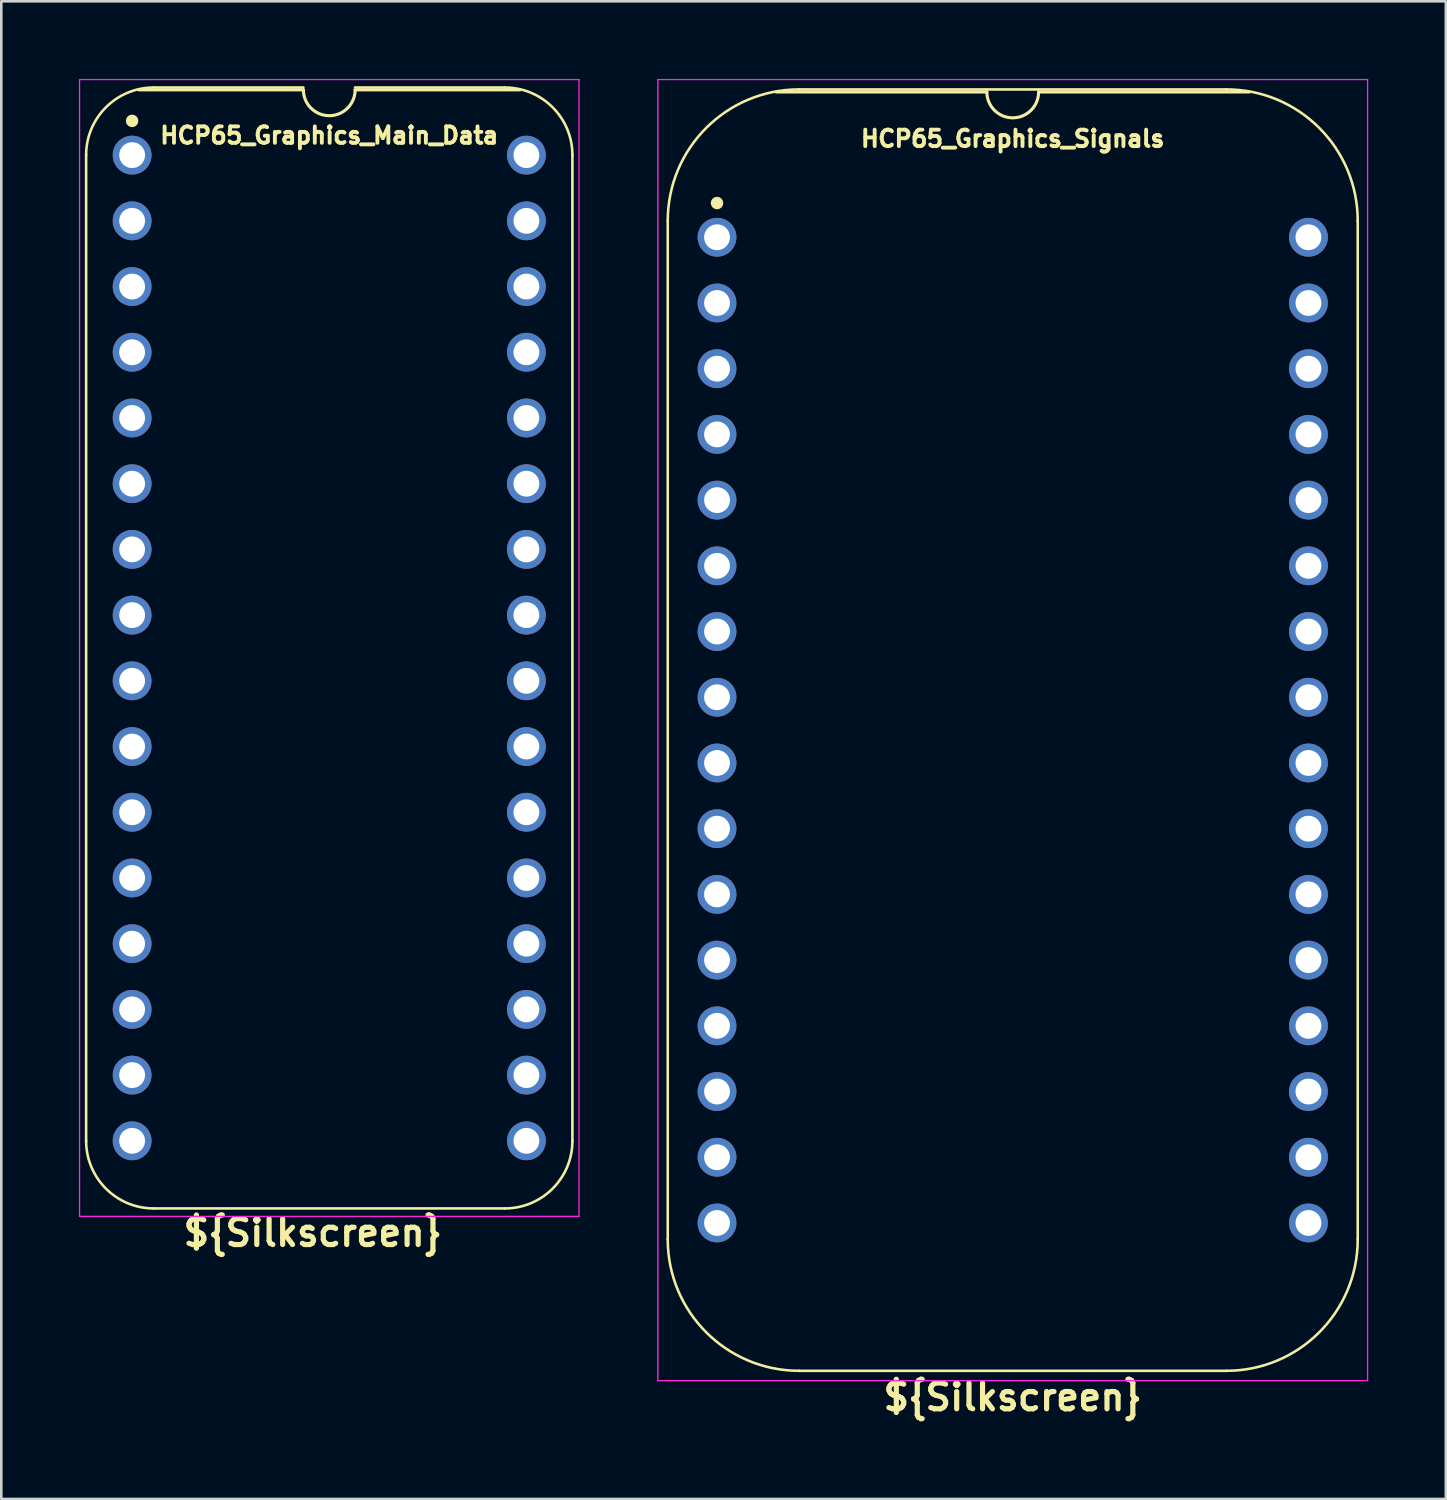
<source format=kicad_pcb>
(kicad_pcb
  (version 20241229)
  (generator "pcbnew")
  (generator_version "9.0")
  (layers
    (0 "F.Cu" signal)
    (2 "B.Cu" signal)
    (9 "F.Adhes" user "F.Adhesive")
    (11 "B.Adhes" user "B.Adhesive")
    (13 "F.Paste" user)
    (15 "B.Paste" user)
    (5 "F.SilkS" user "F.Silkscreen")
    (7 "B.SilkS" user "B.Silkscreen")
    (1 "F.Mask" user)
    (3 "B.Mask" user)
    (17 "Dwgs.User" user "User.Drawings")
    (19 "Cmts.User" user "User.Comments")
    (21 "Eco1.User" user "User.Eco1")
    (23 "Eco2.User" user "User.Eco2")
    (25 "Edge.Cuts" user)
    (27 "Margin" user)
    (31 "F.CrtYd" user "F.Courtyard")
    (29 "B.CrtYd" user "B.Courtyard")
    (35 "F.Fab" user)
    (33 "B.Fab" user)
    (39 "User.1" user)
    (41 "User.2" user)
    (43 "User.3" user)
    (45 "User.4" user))
  (footprint "HCP65_Graphics_Main_Data"
    (layer "F.Cu")
    (at 2.057 2.946)
    (property "Reference" "HCP65_Graphics_Main_Data" (at 7.62 -0.762 0) (layer "F.SilkS") (effects (font (size 0.635 0.635) (thickness 0.15))))
    (property "Silkscreen" "${Silkscreen}" (at 6.985 41.656 0) (layer "F.SilkS") (effects (font (size 1 1) (thickness 0.2))))
    (attr through_hole)
    (fp_line (start -1.778 38.1) (end -1.778 0) (stroke (width 0.1) (type solid)) (layer "F.SilkS"))
    (fp_line (start 0.836 -2.614) (end 6.62 -2.614) (stroke (width 0.1) (type solid)) (layer "F.SilkS"))
    (fp_line (start 6.62 -2.524) (end 0.254 -2.524) (stroke (width 0.12) (type solid)) (layer "F.SilkS"))
    (fp_line (start 8.616 -2.614) (end 14.404 -2.614) (stroke (width 0.1) (type solid)) (layer "F.SilkS"))
    (fp_line (start 14.404 40.714) (end 0.836 40.714) (stroke (width 0.1) (type solid)) (layer "F.SilkS"))
    (fp_line (start 14.986 -2.524) (end 8.62 -2.524) (stroke (width 0.12) (type solid)) (layer "F.SilkS"))
    (fp_line (start 17.018 38.1) (end 17.018 -0.000001) (stroke (width 0.1) (type solid)) (layer "F.SilkS"))
    (fp_arc (start -1.778 0) (mid -1.012456 -1.848188) (end 0.835732 -2.613732) (stroke (width 0.1) (type solid)) (layer "F.SilkS"))
    (fp_arc (start 0.835733 40.713733) (mid -1.012456 39.948189) (end -1.778 38.1) (stroke (width 0.1) (type solid)) (layer "F.SilkS"))
    (fp_arc (start 8.62 -2.524) (mid 7.62 -1.524) (end 6.62 -2.524) (stroke (width 0.12) (type solid)) (layer "F.SilkS"))
    (fp_arc (start 14.404267 -2.613733) (mid 16.252455 -1.848189) (end 17.017999 -0.000001) (stroke (width 0.1) (type solid)) (layer "F.SilkS"))
    (fp_arc (start 17.018 38.1) (mid 16.252455 39.948187) (end 14.404268 40.713732) (stroke (width 0.1) (type solid)) (layer "F.SilkS"))
    (fp_circle (center 0 -1.323) (end 0.18 -1.323) (stroke (width 0.12) (type solid)) (fill yes) (layer "F.SilkS"))
    (fp_line (start -2.032 -2.921) (end -2.032 41.021) (stroke (width 0.05) (type solid)) (layer "F.CrtYd"))
    (fp_line (start -2.032 -2.921) (end 17.272 -2.921) (stroke (width 0.05) (type solid)) (layer "F.CrtYd"))
    (fp_line (start -2.032 41.021) (end 17.272 41.021) (stroke (width 0.05) (type solid)) (layer "F.CrtYd"))
    (fp_line (start 17.272 -2.921) (end 17.272 41.021) (stroke (width 0.05) (type solid)) (layer "F.CrtYd"))
    (pad "1" thru_hole circle (at 0 0) (size 1.5 1.5) (drill 1) (layers "*.Cu" "*.Mask"))
    (pad "2" thru_hole circle (at 0 2.54) (size 1.5 1.5) (drill 1) (layers "*.Cu" "*.Mask"))
    (pad "3" thru_hole circle (at 0 5.08) (size 1.5 1.5) (drill 1) (layers "*.Cu" "*.Mask"))
    (pad "4" thru_hole circle (at 0 7.62) (size 1.5 1.5) (drill 1) (layers "*.Cu" "*.Mask"))
    (pad "5" thru_hole circle (at 0 10.16) (size 1.5 1.5) (drill 1) (layers "*.Cu" "*.Mask"))
    (pad "6" thru_hole circle (at 0 12.7) (size 1.5 1.5) (drill 1) (layers "*.Cu" "*.Mask"))
    (pad "7" thru_hole circle (at 0 15.24) (size 1.5 1.5) (drill 1) (layers "*.Cu" "*.Mask"))
    (pad "8" thru_hole circle (at 0 17.78) (size 1.5 1.5) (drill 1) (layers "*.Cu" "*.Mask"))
    (pad "9" thru_hole circle (at 0 20.32) (size 1.5 1.5) (drill 1) (layers "*.Cu" "*.Mask"))
    (pad "10" thru_hole circle (at 0 22.86) (size 1.5 1.5) (drill 1) (layers "*.Cu" "*.Mask"))
    (pad "11" thru_hole circle (at 0 25.4) (size 1.5 1.5) (drill 1) (layers "*.Cu" "*.Mask"))
    (pad "12" thru_hole circle (at 0 27.94) (size 1.5 1.5) (drill 1) (layers "*.Cu" "*.Mask"))
    (pad "13" thru_hole circle (at 0 30.48) (size 1.5 1.5) (drill 1) (layers "*.Cu" "*.Mask"))
    (pad "14" thru_hole circle (at 0 33.02) (size 1.5 1.5) (drill 1) (layers "*.Cu" "*.Mask"))
    (pad "15" thru_hole circle (at 0 35.56) (size 1.5 1.5) (drill 1) (layers "*.Cu" "*.Mask"))
    (pad "16" thru_hole circle (at 0 38.1) (size 1.5 1.5) (drill 1) (layers "*.Cu" "*.Mask"))
    (pad "17" thru_hole circle (at 15.24 38.1) (size 1.5 1.5) (drill 1) (layers "*.Cu" "*.Mask"))
    (pad "18" thru_hole circle (at 15.24 35.56) (size 1.5 1.5) (drill 1) (layers "*.Cu" "*.Mask"))
    (pad "19" thru_hole circle (at 15.24 33.02) (size 1.5 1.5) (drill 1) (layers "*.Cu" "*.Mask"))
    (pad "20" thru_hole circle (at 15.24 30.48) (size 1.5 1.5) (drill 1) (layers "*.Cu" "*.Mask"))
    (pad "21" thru_hole circle (at 15.24 27.94) (size 1.5 1.5) (drill 1) (layers "*.Cu" "*.Mask"))
    (pad "22" thru_hole circle (at 15.24 25.4) (size 1.5 1.5) (drill 1) (layers "*.Cu" "*.Mask"))
    (pad "23" thru_hole circle (at 15.24 22.86) (size 1.5 1.5) (drill 1) (layers "*.Cu" "*.Mask"))
    (pad "24" thru_hole circle (at 15.24 20.32) (size 1.5 1.5) (drill 1) (layers "*.Cu" "*.Mask"))
    (pad "25" thru_hole circle (at 15.24 17.78) (size 1.5 1.5) (drill 1) (layers "*.Cu" "*.Mask"))
    (pad "26" thru_hole circle (at 15.24 15.24) (size 1.5 1.5) (drill 1) (layers "*.Cu" "*.Mask"))
    (pad "27" thru_hole circle (at 15.24 12.7) (size 1.5 1.5) (drill 1) (layers "*.Cu" "*.Mask"))
    (pad "28" thru_hole circle (at 15.24 10.16) (size 1.5 1.5) (drill 1) (layers "*.Cu" "*.Mask"))
    (pad "29" thru_hole circle (at 15.24 7.62) (size 1.5 1.5) (drill 1) (layers "*.Cu" "*.Mask"))
    (pad "30" thru_hole circle (at 15.24 5.08) (size 1.5 1.5) (drill 1) (layers "*.Cu" "*.Mask"))
    (pad "31" thru_hole circle (at 15.24 2.54) (size 1.5 1.5) (drill 1) (layers "*.Cu" "*.Mask"))
    (pad "32" thru_hole circle (at 15.24 0) (size 1.5 1.5) (drill 1) (layers "*.Cu" "*.Mask")))
  (footprint "HCP65_Graphics_Signals"
    (layer "F.Cu")
    (at 24.665 6.121)
    (property "Reference" "HCP65_Graphics_Signals" (at 11.43 -3.81 0) (layer "F.SilkS") (effects (font (size 0.635 0.635) (thickness 0.15))))
    (property "Silkscreen" "${Silkscreen}" (at 11.43 44.831 0) (layer "F.SilkS") (effects (font (size 1 1) (thickness 0.2))))
    (attr through_hole)
    (fp_line (start -1.905 -0.635) (end -1.905 38.735) (stroke (width 0.1) (type solid)) (layer "F.SilkS"))
    (fp_line (start 10.43 -5.616) (end 2.286 -5.616) (stroke (width 0.12) (type solid)) (layer "F.SilkS"))
    (fp_line (start 19.685 -5.715) (end 3.175 -5.715) (stroke (width 0.1) (type solid)) (layer "F.SilkS"))
    (fp_line (start 19.685 43.815) (end 3.175 43.815) (stroke (width 0.1) (type solid)) (layer "F.SilkS"))
    (fp_line (start 20.574 -5.616) (end 12.43 -5.616) (stroke (width 0.12) (type solid)) (layer "F.SilkS"))
    (fp_line (start 24.765 38.735) (end 24.765 -0.635) (stroke (width 0.1) (type solid)) (layer "F.SilkS"))
    (fp_arc (start -1.905 -0.635) (mid -0.417102 -4.227102) (end 3.175 -5.715) (stroke (width 0.1) (type solid)) (layer "F.SilkS"))
    (fp_arc (start 3.175 43.815) (mid -0.417102 42.327102) (end -1.905 38.735) (stroke (width 0.1) (type solid)) (layer "F.SilkS"))
    (fp_arc (start 12.43 -5.616) (mid 11.43 -4.616) (end 10.43 -5.616) (stroke (width 0.12) (type solid)) (layer "F.SilkS"))
    (fp_arc (start 19.685 -5.715) (mid 23.277102 -4.227102) (end 24.765 -0.635) (stroke (width 0.1) (type solid)) (layer "F.SilkS"))
    (fp_arc (start 24.765 38.735) (mid 23.277102 42.327102) (end 19.685 43.815) (stroke (width 0.1) (type solid)) (layer "F.SilkS"))
    (fp_circle (center 0 -1.323) (end 0.18 -1.323) (stroke (width 0.12) (type solid)) (fill yes) (layer "F.SilkS"))
    (fp_line (start -2.286 -6.096) (end -2.286 44.196) (stroke (width 0.05) (type solid)) (layer "F.CrtYd"))
    (fp_line (start -2.286 -6.096) (end 25.146 -6.096) (stroke (width 0.05) (type solid)) (layer "F.CrtYd"))
    (fp_line (start -2.286 44.196) (end 25.146 44.196) (stroke (width 0.05) (type solid)) (layer "F.CrtYd"))
    (fp_line (start 25.146 44.196) (end 25.146 -6.096) (stroke (width 0.05) (type solid)) (layer "F.CrtYd"))
    (pad "1" thru_hole circle (at 0 0) (size 1.5 1.5) (drill 1) (layers "*.Cu" "*.Mask"))
    (pad "2" thru_hole circle (at 0 2.54) (size 1.5 1.5) (drill 1) (layers "*.Cu" "*.Mask"))
    (pad "3" thru_hole circle (at 0 5.08) (size 1.5 1.5) (drill 1) (layers "*.Cu" "*.Mask"))
    (pad "4" thru_hole circle (at 0 7.62) (size 1.5 1.5) (drill 1) (layers "*.Cu" "*.Mask"))
    (pad "5" thru_hole circle (at 0 10.16) (size 1.5 1.5) (drill 1) (layers "*.Cu" "*.Mask"))
    (pad "6" thru_hole circle (at 0 12.7) (size 1.5 1.5) (drill 1) (layers "*.Cu" "*.Mask"))
    (pad "7" thru_hole circle (at 0 15.24) (size 1.5 1.5) (drill 1) (layers "*.Cu" "*.Mask"))
    (pad "8" thru_hole circle (at 0 17.78) (size 1.5 1.5) (drill 1) (layers "*.Cu" "*.Mask"))
    (pad "9" thru_hole circle (at 0 20.32) (size 1.5 1.5) (drill 1) (layers "*.Cu" "*.Mask"))
    (pad "10" thru_hole circle (at 0 22.86) (size 1.5 1.5) (drill 1) (layers "*.Cu" "*.Mask"))
    (pad "11" thru_hole circle (at 0 25.4) (size 1.5 1.5) (drill 1) (layers "*.Cu" "*.Mask"))
    (pad "12" thru_hole circle (at 0 27.94) (size 1.5 1.5) (drill 1) (layers "*.Cu" "*.Mask"))
    (pad "13" thru_hole circle (at 0 30.48) (size 1.5 1.5) (drill 1) (layers "*.Cu" "*.Mask"))
    (pad "14" thru_hole circle (at 0 33.02) (size 1.5 1.5) (drill 1) (layers "*.Cu" "*.Mask"))
    (pad "15" thru_hole circle (at 0 35.56) (size 1.5 1.5) (drill 1) (layers "*.Cu" "*.Mask"))
    (pad "16" thru_hole circle (at 0 38.1) (size 1.5 1.5) (drill 1) (layers "*.Cu" "*.Mask"))
    (pad "17" thru_hole circle (at 22.86 38.1) (size 1.5 1.5) (drill 1) (layers "*.Cu" "*.Mask"))
    (pad "18" thru_hole circle (at 22.86 35.56) (size 1.5 1.5) (drill 1) (layers "*.Cu" "*.Mask"))
    (pad "19" thru_hole circle (at 22.86 33.02) (size 1.5 1.5) (drill 1) (layers "*.Cu" "*.Mask"))
    (pad "20" thru_hole circle (at 22.86 30.48) (size 1.5 1.5) (drill 1) (layers "*.Cu" "*.Mask"))
    (pad "21" thru_hole circle (at 22.86 27.94) (size 1.5 1.5) (drill 1) (layers "*.Cu" "*.Mask"))
    (pad "22" thru_hole circle (at 22.86 25.4) (size 1.5 1.5) (drill 1) (layers "*.Cu" "*.Mask"))
    (pad "23" thru_hole circle (at 22.86 22.86) (size 1.5 1.5) (drill 1) (layers "*.Cu" "*.Mask"))
    (pad "24" thru_hole circle (at 22.86 20.32) (size 1.5 1.5) (drill 1) (layers "*.Cu" "*.Mask"))
    (pad "25" thru_hole circle (at 22.86 17.78) (size 1.5 1.5) (drill 1) (layers "*.Cu" "*.Mask"))
    (pad "26" thru_hole circle (at 22.86 15.24) (size 1.5 1.5) (drill 1) (layers "*.Cu" "*.Mask"))
    (pad "27" thru_hole circle (at 22.86 12.7) (size 1.5 1.5) (drill 1) (layers "*.Cu" "*.Mask"))
    (pad "28" thru_hole circle (at 22.86 10.16) (size 1.5 1.5) (drill 1) (layers "*.Cu" "*.Mask"))
    (pad "29" thru_hole circle (at 22.86 7.62) (size 1.5 1.5) (drill 1) (layers "*.Cu" "*.Mask"))
    (pad "30" thru_hole circle (at 22.86 5.08) (size 1.5 1.5) (drill 1) (layers "*.Cu" "*.Mask"))
    (pad "31" thru_hole circle (at 22.86 2.54) (size 1.5 1.5) (drill 1) (layers "*.Cu" "*.Mask"))
    (pad "32" thru_hole circle (at 22.86 0) (size 1.5 1.5) (drill 1) (layers "*.Cu" "*.Mask")))
  (gr_rect
    (start -3 -3)
    (end 52.836 54.888)
    (stroke (width 0.1) (type default))
    (fill no)
    (layer "Edge.Cuts")))
</source>
